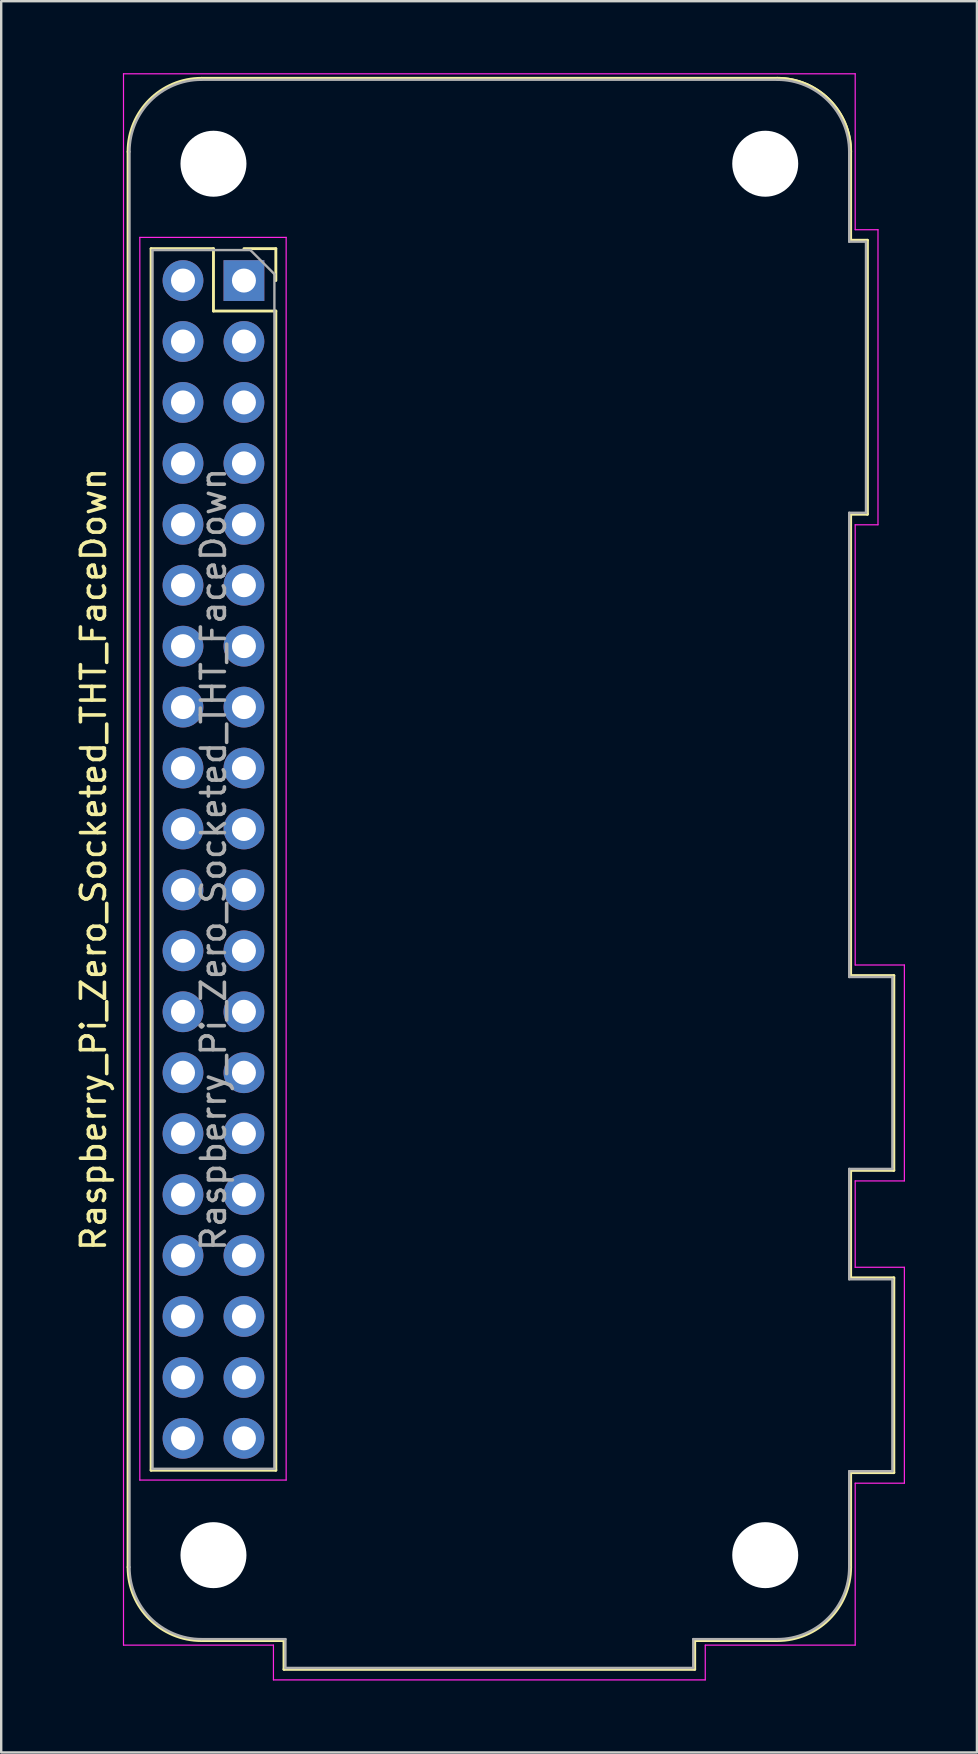
<source format=kicad_pcb>
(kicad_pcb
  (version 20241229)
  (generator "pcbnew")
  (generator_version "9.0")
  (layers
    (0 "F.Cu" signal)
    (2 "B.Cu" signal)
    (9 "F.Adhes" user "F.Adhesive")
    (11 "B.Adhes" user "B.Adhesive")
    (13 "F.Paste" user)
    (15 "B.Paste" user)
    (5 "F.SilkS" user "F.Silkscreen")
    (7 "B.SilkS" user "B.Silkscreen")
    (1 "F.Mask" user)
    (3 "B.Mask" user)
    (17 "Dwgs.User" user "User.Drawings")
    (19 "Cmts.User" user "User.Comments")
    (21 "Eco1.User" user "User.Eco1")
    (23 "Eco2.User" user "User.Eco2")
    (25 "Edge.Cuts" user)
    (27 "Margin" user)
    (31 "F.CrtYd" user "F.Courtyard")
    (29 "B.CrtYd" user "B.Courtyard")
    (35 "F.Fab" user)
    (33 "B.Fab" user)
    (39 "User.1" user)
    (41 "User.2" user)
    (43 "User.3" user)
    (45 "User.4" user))
  (footprint "Raspberry_Pi_Zero_Socketed_THT_FaceDown"
    (layer "F.Cu")
    (at 7.118 8.645)
    (property "Reference" "Raspberry_Pi_Zero_Socketed_THT_FaceDown" (at -6.27 24.13 90) (layer "F.SilkS") (effects (font (size 1 1) (thickness 0.15))))
    (attr through_hole)
    (fp_line (start -4.83 53.63) (end -4.83 -5.37) (stroke (width 0.12) (type solid)) (layer "F.SilkS"))
    (fp_line (start -3.87 -1.33) (end -3.87 49.59) (stroke (width 0.12) (type solid)) (layer "F.SilkS"))
    (fp_line (start -3.87 -1.33) (end -1.27 -1.33) (stroke (width 0.12) (type solid)) (layer "F.SilkS"))
    (fp_line (start -3.87 49.59) (end 1.33 49.59) (stroke (width 0.12) (type solid)) (layer "F.SilkS"))
    (fp_line (start -1.77 -8.43) (end 22.23 -8.43) (stroke (width 0.12) (type solid)) (layer "F.SilkS"))
    (fp_line (start -1.27 -1.33) (end -1.27 1.27) (stroke (width 0.12) (type solid)) (layer "F.SilkS"))
    (fp_line (start -1.27 1.27) (end 1.33 1.27) (stroke (width 0.12) (type solid)) (layer "F.SilkS"))
    (fp_line (start 0 -1.33) (end 1.33 -1.33) (stroke (width 0.12) (type solid)) (layer "F.SilkS"))
    (fp_line (start 1.33 -1.33) (end 1.33 0) (stroke (width 0.12) (type solid)) (layer "F.SilkS"))
    (fp_line (start 1.33 1.27) (end 1.33 49.59) (stroke (width 0.12) (type solid)) (layer "F.SilkS"))
    (fp_line (start 1.67 56.69) (end -1.77 56.69) (stroke (width 0.12) (type solid)) (layer "F.SilkS"))
    (fp_line (start 1.67 56.69) (end 1.67 57.89) (stroke (width 0.12) (type solid)) (layer "F.SilkS"))
    (fp_line (start 1.67 57.89) (end 18.79 57.89) (stroke (width 0.12) (type solid)) (layer "F.SilkS"))
    (fp_line (start 18.79 56.69) (end 22.23 56.69) (stroke (width 0.12) (type solid)) (layer "F.SilkS"))
    (fp_line (start 18.79 57.89) (end 18.79 56.69) (stroke (width 0.12) (type solid)) (layer "F.SilkS"))
    (fp_line (start 25.29 -1.68) (end 25.29 -5.37) (stroke (width 0.12) (type solid)) (layer "F.SilkS"))
    (fp_line (start 25.29 9.74) (end 25.99 9.74) (stroke (width 0.12) (type solid)) (layer "F.SilkS"))
    (fp_line (start 25.29 28.97) (end 25.29 9.74) (stroke (width 0.12) (type solid)) (layer "F.SilkS"))
    (fp_line (start 25.29 37.09) (end 27.09 37.09) (stroke (width 0.12) (type solid)) (layer "F.SilkS"))
    (fp_line (start 25.29 41.57) (end 25.29 37.09) (stroke (width 0.12) (type solid)) (layer "F.SilkS"))
    (fp_line (start 25.29 49.69) (end 27.09 49.69) (stroke (width 0.12) (type solid)) (layer "F.SilkS"))
    (fp_line (start 25.29 53.63) (end 25.29 49.69) (stroke (width 0.12) (type solid)) (layer "F.SilkS"))
    (fp_line (start 25.99 -1.68) (end 25.29 -1.68) (stroke (width 0.12) (type solid)) (layer "F.SilkS"))
    (fp_line (start 25.99 9.74) (end 25.99 -1.68) (stroke (width 0.12) (type solid)) (layer "F.SilkS"))
    (fp_line (start 27.09 28.97) (end 25.29 28.97) (stroke (width 0.12) (type solid)) (layer "F.SilkS"))
    (fp_line (start 27.09 37.09) (end 27.09 28.97) (stroke (width 0.12) (type solid)) (layer "F.SilkS"))
    (fp_line (start 27.09 41.57) (end 25.29 41.57) (stroke (width 0.12) (type solid)) (layer "F.SilkS"))
    (fp_line (start 27.09 49.69) (end 27.09 41.57) (stroke (width 0.12) (type solid)) (layer "F.SilkS"))
    (fp_arc (start -4.83 -5.37) (mid -3.933747 -7.533747) (end -1.77 -8.43) (stroke (width 0.12) (type solid)) (layer "F.SilkS"))
    (fp_arc (start -1.77 56.69) (mid -3.933747 55.793747) (end -4.83 53.63) (stroke (width 0.12) (type solid)) (layer "F.SilkS"))
    (fp_arc (start 22.23 -8.43) (mid 24.393747 -7.533747) (end 25.29 -5.37) (stroke (width 0.12) (type solid)) (layer "F.SilkS"))
    (fp_arc (start 22.23 -8.43) (mid 24.393747 -7.533747) (end 25.29 -5.37) (stroke (width 0.12) (type solid)) (layer "F.SilkS"))
    (fp_arc (start 25.29 53.63) (mid 24.393747 55.793747) (end 22.23 56.69) (stroke (width 0.12) (type solid)) (layer "F.SilkS"))
    (fp_line (start -5.02 -8.62) (end 25.48 -8.62) (stroke (width 0.05) (type solid)) (layer "F.CrtYd"))
    (fp_line (start -5.02 56.88) (end -5.02 -8.62) (stroke (width 0.05) (type solid)) (layer "F.CrtYd"))
    (fp_line (start -5.02 56.88) (end 1.23 56.88) (stroke (width 0.05) (type solid)) (layer "F.CrtYd"))
    (fp_line (start -4.34 -1.8) (end 1.76 -1.8) (stroke (width 0.05) (type solid)) (layer "F.CrtYd"))
    (fp_line (start -4.34 50) (end -4.34 -1.8) (stroke (width 0.05) (type solid)) (layer "F.CrtYd"))
    (fp_line (start 1.23 58.33) (end 1.23 56.88) (stroke (width 0.05) (type solid)) (layer "F.CrtYd"))
    (fp_line (start 1.76 -1.8) (end 1.76 50) (stroke (width 0.05) (type solid)) (layer "F.CrtYd"))
    (fp_line (start 1.76 50) (end -4.34 50) (stroke (width 0.05) (type solid)) (layer "F.CrtYd"))
    (fp_line (start 19.23 56.88) (end 25.48 56.88) (stroke (width 0.05) (type solid)) (layer "F.CrtYd"))
    (fp_line (start 19.23 58.33) (end 1.23 58.33) (stroke (width 0.05) (type solid)) (layer "F.CrtYd"))
    (fp_line (start 19.23 58.33) (end 19.23 56.88) (stroke (width 0.05) (type solid)) (layer "F.CrtYd"))
    (fp_line (start 25.48 -2.12) (end 25.48 -8.62) (stroke (width 0.05) (type solid)) (layer "F.CrtYd"))
    (fp_line (start 25.48 28.53) (end 25.48 10.18) (stroke (width 0.05) (type solid)) (layer "F.CrtYd"))
    (fp_line (start 25.48 37.53) (end 25.48 41.13) (stroke (width 0.05) (type solid)) (layer "F.CrtYd"))
    (fp_line (start 25.48 50.13) (end 25.48 56.88) (stroke (width 0.05) (type solid)) (layer "F.CrtYd"))
    (fp_line (start 26.43 -2.12) (end 25.48 -2.12) (stroke (width 0.05) (type solid)) (layer "F.CrtYd"))
    (fp_line (start 26.43 -2.12) (end 26.43 10.18) (stroke (width 0.05) (type solid)) (layer "F.CrtYd"))
    (fp_line (start 26.43 10.18) (end 25.48 10.18) (stroke (width 0.05) (type solid)) (layer "F.CrtYd"))
    (fp_line (start 27.53 28.53) (end 25.48 28.53) (stroke (width 0.05) (type solid)) (layer "F.CrtYd"))
    (fp_line (start 27.53 37.53) (end 25.48 37.53) (stroke (width 0.05) (type solid)) (layer "F.CrtYd"))
    (fp_line (start 27.53 37.53) (end 27.53 28.53) (stroke (width 0.05) (type solid)) (layer "F.CrtYd"))
    (fp_line (start 27.53 41.13) (end 25.48 41.13) (stroke (width 0.05) (type solid)) (layer "F.CrtYd"))
    (fp_line (start 27.53 50.13) (end 25.48 50.13) (stroke (width 0.05) (type solid)) (layer "F.CrtYd"))
    (fp_line (start 27.53 50.13) (end 27.53 41.13) (stroke (width 0.05) (type solid)) (layer "F.CrtYd"))
    (fp_line (start -4.77 53.63) (end -4.77 -5.37) (stroke (width 0.1) (type solid)) (layer "F.Fab"))
    (fp_line (start -3.81 -1.27) (end 0.27 -1.27) (stroke (width 0.1) (type solid)) (layer "F.Fab"))
    (fp_line (start -3.81 49.53) (end -3.81 -1.27) (stroke (width 0.1) (type solid)) (layer "F.Fab"))
    (fp_line (start -1.77 -8.37) (end 22.23 -8.37) (stroke (width 0.1) (type solid)) (layer "F.Fab"))
    (fp_line (start -1.77 56.63) (end 1.73 56.63) (stroke (width 0.1) (type solid)) (layer "F.Fab"))
    (fp_line (start 0.27 -1.27) (end 1.27 -0.27) (stroke (width 0.1) (type solid)) (layer "F.Fab"))
    (fp_line (start 1.27 -0.27) (end 1.27 49.53) (stroke (width 0.1) (type solid)) (layer "F.Fab"))
    (fp_line (start 1.27 49.53) (end -3.81 49.53) (stroke (width 0.1) (type solid)) (layer "F.Fab"))
    (fp_line (start 1.73 56.63) (end 1.73 57.83) (stroke (width 0.1) (type solid)) (layer "F.Fab"))
    (fp_line (start 1.73 57.83) (end 18.73 57.83) (stroke (width 0.1) (type solid)) (layer "F.Fab"))
    (fp_line (start 18.73 56.63) (end 18.73 57.83) (stroke (width 0.1) (type solid)) (layer "F.Fab"))
    (fp_line (start 22.23 56.63) (end 18.73 56.63) (stroke (width 0.1) (type solid)) (layer "F.Fab"))
    (fp_line (start 25.23 -1.62) (end 25.23 -5.37) (stroke (width 0.1) (type solid)) (layer "F.Fab"))
    (fp_line (start 25.23 -1.62) (end 25.93 -1.62) (stroke (width 0.1) (type solid)) (layer "F.Fab"))
    (fp_line (start 25.23 9.68) (end 25.93 9.68) (stroke (width 0.1) (type solid)) (layer "F.Fab"))
    (fp_line (start 25.23 29.03) (end 25.23 9.68) (stroke (width 0.1) (type solid)) (layer "F.Fab"))
    (fp_line (start 25.23 37.03) (end 27.03 37.03) (stroke (width 0.1) (type solid)) (layer "F.Fab"))
    (fp_line (start 25.23 41.63) (end 25.23 37.03) (stroke (width 0.1) (type solid)) (layer "F.Fab"))
    (fp_line (start 25.23 49.63) (end 25.23 53.63) (stroke (width 0.1) (type solid)) (layer "F.Fab"))
    (fp_line (start 25.23 49.63) (end 27.03 49.63) (stroke (width 0.1) (type solid)) (layer "F.Fab"))
    (fp_line (start 25.93 9.68) (end 25.93 -1.62) (stroke (width 0.1) (type solid)) (layer "F.Fab"))
    (fp_line (start 27.03 29.03) (end 25.23 29.03) (stroke (width 0.1) (type solid)) (layer "F.Fab"))
    (fp_line (start 27.03 37.03) (end 27.03 29.03) (stroke (width 0.1) (type solid)) (layer "F.Fab"))
    (fp_line (start 27.03 41.63) (end 25.23 41.63) (stroke (width 0.1) (type solid)) (layer "F.Fab"))
    (fp_line (start 27.03 49.63) (end 27.03 41.63) (stroke (width 0.1) (type solid)) (layer "F.Fab"))
    (fp_arc (start -4.77 -5.37) (mid -3.89132 -7.49132) (end -1.77 -8.37) (stroke (width 0.1) (type solid)) (layer "F.Fab"))
    (fp_arc (start -1.77 56.63) (mid -3.89132 55.75132) (end -4.77 53.63) (stroke (width 0.1) (type solid)) (layer "F.Fab"))
    (fp_arc (start 22.23 -8.37) (mid 24.35132 -7.49132) (end 25.23 -5.37) (stroke (width 0.1) (type solid)) (layer "F.Fab"))
    (fp_arc (start 25.23 53.63) (mid 24.35132 55.75132) (end 22.23 56.63) (stroke (width 0.1) (type solid)) (layer "F.Fab"))
    (fp_text user "${REFERENCE}" (at -1.27 24.13 90) (layer "F.Fab") (effects (font (size 1 1) (thickness 0.15))))
    (pad "" np_thru_hole circle (at -1.27 -4.87 90) (size 2.75 2.75) (drill 2.75) (layers "*.Cu" "*.Mask"))
    (pad "" np_thru_hole circle (at -1.27 53.13 90) (size 2.75 2.75) (drill 2.75) (layers "*.Cu" "*.Mask"))
    (pad "" np_thru_hole circle (at 21.73 -4.87 90) (size 2.75 2.75) (drill 2.75) (layers "*.Cu" "*.Mask"))
    (pad "" np_thru_hole circle (at 21.73 53.13 90) (size 2.75 2.75) (drill 2.75) (layers "*.Cu" "*.Mask"))
    (pad "1" thru_hole rect (at 0 0) (size 1.7 1.7) (drill 1) (layers "*.Cu" "*.Mask"))
    (pad "2" thru_hole oval (at -2.54 0) (size 1.7 1.7) (drill 1) (layers "*.Cu" "*.Mask"))
    (pad "3" thru_hole oval (at 0 2.54) (size 1.7 1.7) (drill 1) (layers "*.Cu" "*.Mask"))
    (pad "4" thru_hole oval (at -2.54 2.54) (size 1.7 1.7) (drill 1) (layers "*.Cu" "*.Mask"))
    (pad "5" thru_hole oval (at 0 5.08) (size 1.7 1.7) (drill 1) (layers "*.Cu" "*.Mask"))
    (pad "6" thru_hole oval (at -2.54 5.08) (size 1.7 1.7) (drill 1) (layers "*.Cu" "*.Mask"))
    (pad "7" thru_hole oval (at 0 7.62) (size 1.7 1.7) (drill 1) (layers "*.Cu" "*.Mask"))
    (pad "8" thru_hole oval (at -2.54 7.62) (size 1.7 1.7) (drill 1) (layers "*.Cu" "*.Mask"))
    (pad "9" thru_hole oval (at 0 10.16) (size 1.7 1.7) (drill 1) (layers "*.Cu" "*.Mask"))
    (pad "10" thru_hole oval (at -2.54 10.16) (size 1.7 1.7) (drill 1) (layers "*.Cu" "*.Mask"))
    (pad "11" thru_hole oval (at 0 12.7) (size 1.7 1.7) (drill 1) (layers "*.Cu" "*.Mask"))
    (pad "12" thru_hole oval (at -2.54 12.7) (size 1.7 1.7) (drill 1) (layers "*.Cu" "*.Mask"))
    (pad "13" thru_hole oval (at 0 15.24) (size 1.7 1.7) (drill 1) (layers "*.Cu" "*.Mask"))
    (pad "14" thru_hole oval (at -2.54 15.24) (size 1.7 1.7) (drill 1) (layers "*.Cu" "*.Mask"))
    (pad "15" thru_hole oval (at 0 17.78) (size 1.7 1.7) (drill 1) (layers "*.Cu" "*.Mask"))
    (pad "16" thru_hole oval (at -2.54 17.78) (size 1.7 1.7) (drill 1) (layers "*.Cu" "*.Mask"))
    (pad "17" thru_hole oval (at 0 20.32) (size 1.7 1.7) (drill 1) (layers "*.Cu" "*.Mask"))
    (pad "18" thru_hole oval (at -2.54 20.32) (size 1.7 1.7) (drill 1) (layers "*.Cu" "*.Mask"))
    (pad "19" thru_hole oval (at 0 22.86) (size 1.7 1.7) (drill 1) (layers "*.Cu" "*.Mask"))
    (pad "20" thru_hole oval (at -2.54 22.86) (size 1.7 1.7) (drill 1) (layers "*.Cu" "*.Mask"))
    (pad "21" thru_hole oval (at 0 25.4) (size 1.7 1.7) (drill 1) (layers "*.Cu" "*.Mask"))
    (pad "22" thru_hole oval (at -2.54 25.4) (size 1.7 1.7) (drill 1) (layers "*.Cu" "*.Mask"))
    (pad "23" thru_hole oval (at 0 27.94) (size 1.7 1.7) (drill 1) (layers "*.Cu" "*.Mask"))
    (pad "24" thru_hole oval (at -2.54 27.94) (size 1.7 1.7) (drill 1) (layers "*.Cu" "*.Mask"))
    (pad "25" thru_hole oval (at 0 30.48) (size 1.7 1.7) (drill 1) (layers "*.Cu" "*.Mask"))
    (pad "26" thru_hole oval (at -2.54 30.48) (size 1.7 1.7) (drill 1) (layers "*.Cu" "*.Mask"))
    (pad "27" thru_hole oval (at 0 33.02) (size 1.7 1.7) (drill 1) (layers "*.Cu" "*.Mask"))
    (pad "28" thru_hole oval (at -2.54 33.02) (size 1.7 1.7) (drill 1) (layers "*.Cu" "*.Mask"))
    (pad "29" thru_hole oval (at 0 35.56) (size 1.7 1.7) (drill 1) (layers "*.Cu" "*.Mask"))
    (pad "30" thru_hole oval (at -2.54 35.56) (size 1.7 1.7) (drill 1) (layers "*.Cu" "*.Mask"))
    (pad "31" thru_hole oval (at 0 38.1) (size 1.7 1.7) (drill 1) (layers "*.Cu" "*.Mask"))
    (pad "32" thru_hole oval (at -2.54 38.1) (size 1.7 1.7) (drill 1) (layers "*.Cu" "*.Mask"))
    (pad "33" thru_hole oval (at 0 40.64) (size 1.7 1.7) (drill 1) (layers "*.Cu" "*.Mask"))
    (pad "34" thru_hole oval (at -2.54 40.64) (size 1.7 1.7) (drill 1) (layers "*.Cu" "*.Mask"))
    (pad "35" thru_hole oval (at 0 43.18) (size 1.7 1.7) (drill 1) (layers "*.Cu" "*.Mask"))
    (pad "36" thru_hole oval (at -2.54 43.18) (size 1.7 1.7) (drill 1) (layers "*.Cu" "*.Mask"))
    (pad "37" thru_hole oval (at 0 45.72) (size 1.7 1.7) (drill 1) (layers "*.Cu" "*.Mask"))
    (pad "38" thru_hole oval (at -2.54 45.72) (size 1.7 1.7) (drill 1) (layers "*.Cu" "*.Mask"))
    (pad "39" thru_hole oval (at 0 48.26) (size 1.7 1.7) (drill 1) (layers "*.Cu" "*.Mask"))
    (pad "40" thru_hole oval (at -2.54 48.26) (size 1.7 1.7) (drill 1) (layers "*.Cu" "*.Mask")))
  (gr_rect
    (start -3 -3)
    (end 37.673 70)
    (stroke (width 0.1) (type default))
    (fill no)
    (layer "Edge.Cuts")))
</source>
